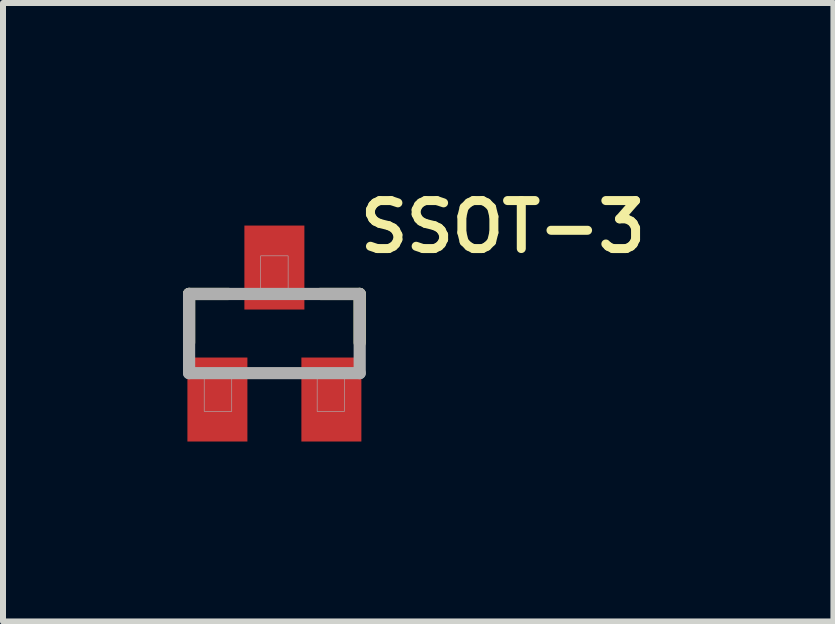
<source format=kicad_pcb>
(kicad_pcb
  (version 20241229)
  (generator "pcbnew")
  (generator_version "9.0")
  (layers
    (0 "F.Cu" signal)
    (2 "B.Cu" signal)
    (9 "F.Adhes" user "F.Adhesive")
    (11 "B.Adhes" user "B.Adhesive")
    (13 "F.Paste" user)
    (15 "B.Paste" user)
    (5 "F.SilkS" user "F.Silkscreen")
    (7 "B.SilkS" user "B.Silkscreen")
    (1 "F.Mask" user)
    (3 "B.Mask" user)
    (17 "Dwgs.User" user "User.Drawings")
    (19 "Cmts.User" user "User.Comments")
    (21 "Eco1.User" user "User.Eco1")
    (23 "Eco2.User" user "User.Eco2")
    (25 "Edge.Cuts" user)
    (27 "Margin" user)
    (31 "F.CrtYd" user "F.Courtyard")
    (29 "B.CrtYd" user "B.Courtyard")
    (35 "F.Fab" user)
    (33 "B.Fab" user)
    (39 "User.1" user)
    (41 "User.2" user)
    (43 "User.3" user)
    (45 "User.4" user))
  (footprint "SSOT-3"
    (layer "F.Cu")
    (at 1.524 2.51)
    (property "Reference" "SSOT-3" (at 3.811 -1.779 0) (layer "F.SilkS") (effects (font (size 0.8 0.8) (thickness 0.15))))
    (attr smd)
    (fp_line (start -1.422 -0.66) (end -0.764 -0.66) (stroke (width 0.203) (type solid)) (layer "F.SilkS"))
    (fp_line (start -1.422 0.152) (end -1.422 -0.66) (stroke (width 0.203) (type solid)) (layer "F.SilkS"))
    (fp_line (start 0.764 -0.66) (end 1.422 -0.66) (stroke (width 0.203) (type solid)) (layer "F.SilkS"))
    (fp_line (start 1.422 -0.66) (end 1.422 0.152) (stroke (width 0.203) (type solid)) (layer "F.SilkS"))
    (fp_line (start -1.422 -0.66) (end 1.422 -0.66) (stroke (width 0.203) (type solid)) (layer "F.Fab"))
    (fp_line (start -1.422 0.66) (end -1.422 -0.66) (stroke (width 0.203) (type solid)) (layer "F.Fab"))
    (fp_line (start 1.422 -0.66) (end 1.422 0.66) (stroke (width 0.203) (type solid)) (layer "F.Fab"))
    (fp_line (start 1.422 0.66) (end -1.422 0.66) (stroke (width 0.203) (type solid)) (layer "F.Fab"))
    (fp_poly (pts (xy -1.17 0.711) (xy -0.711 0.711) (xy -0.711 1.297) (xy -1.17 1.297)) (stroke (width 0.01) (type solid)) (fill no) (layer "F.Fab"))
    (fp_poly (pts (xy -0.229 -1.295) (xy 0.229 -1.295) (xy 0.229 -0.712) (xy -0.229 -0.712)) (stroke (width 0.01) (type solid)) (fill no) (layer "F.Fab"))
    (fp_poly (pts (xy 0.713 0.711) (xy 1.168 0.711) (xy 1.168 1.298) (xy 0.713 1.298)) (stroke (width 0.01) (type solid)) (fill no) (layer "F.Fab"))
    (pad "1" smd rect (at -0.95 1.1) (size 1 1.4) (layers "F.Cu" "F.Mask" "F.Paste"))
    (pad "2" smd rect (at 0.95 1.1) (size 1 1.4) (layers "F.Cu" "F.Mask" "F.Paste"))
    (pad "3" smd rect (at 0 -1.1) (size 1 1.4) (layers "F.Cu" "F.Mask" "F.Paste")))
  (gr_rect
    (start -3 -3)
    (end 10.843 7.31)
    (stroke (width 0.1) (type default))
    (fill no)
    (layer "Edge.Cuts")))
</source>
